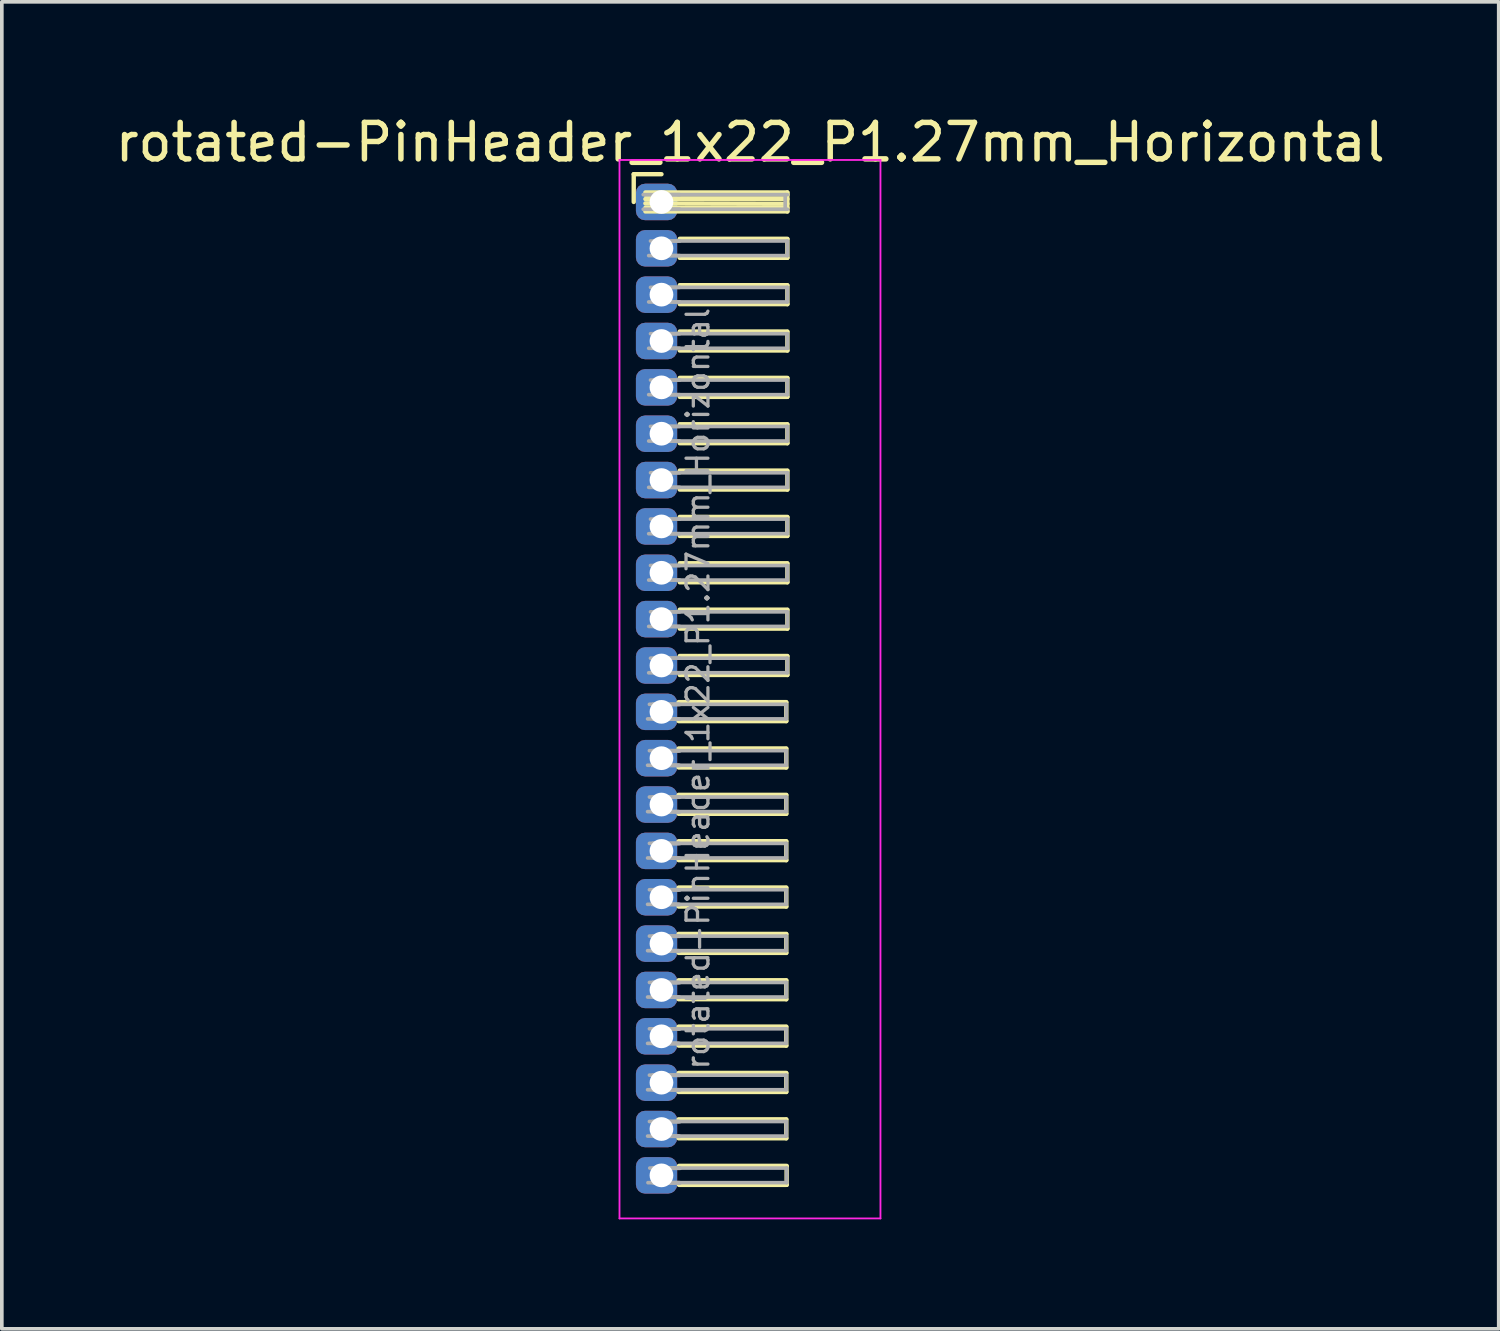
<source format=kicad_pcb>
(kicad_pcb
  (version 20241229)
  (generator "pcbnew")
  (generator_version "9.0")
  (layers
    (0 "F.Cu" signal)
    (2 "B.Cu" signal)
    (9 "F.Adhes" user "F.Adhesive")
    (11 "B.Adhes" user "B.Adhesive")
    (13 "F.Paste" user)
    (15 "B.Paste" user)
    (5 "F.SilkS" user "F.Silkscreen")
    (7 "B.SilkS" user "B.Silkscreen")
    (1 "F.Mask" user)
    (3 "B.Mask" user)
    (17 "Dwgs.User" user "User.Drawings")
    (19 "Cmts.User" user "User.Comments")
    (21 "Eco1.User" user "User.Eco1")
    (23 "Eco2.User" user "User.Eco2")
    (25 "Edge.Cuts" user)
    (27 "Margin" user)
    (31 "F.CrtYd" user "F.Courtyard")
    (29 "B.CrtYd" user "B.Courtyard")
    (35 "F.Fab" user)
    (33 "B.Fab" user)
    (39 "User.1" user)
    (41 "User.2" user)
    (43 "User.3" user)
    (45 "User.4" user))
  (footprint "rotated-PinHeader_1x22_P1.27mm_Horizontal"
    (layer "F.Cu")
    (at 15.073 2.483)
    (property "Reference" "rotated-PinHeader_1x22_P1.27mm_Horizontal" (at 2.433 -1.635 0) (layer "F.SilkS") (effects (font (size 1 1) (thickness 0.15))))
    (attr through_hole)
    (fp_line (start -0.76 -0.76) (end 0 -0.76) (stroke (width 0.12) (type solid)) (layer "F.SilkS"))
    (fp_line (start -0.76 0) (end -0.76 -0.76) (stroke (width 0.12) (type solid)) (layer "F.SilkS"))
    (fp_line (start -0.44 -0.26) (end 3.45 -0.26) (stroke (width 0.12) (type solid)) (layer "F.SilkS"))
    (fp_line (start -0.44 -0.2) (end 3.45 -0.2) (stroke (width 0.12) (type solid)) (layer "F.SilkS"))
    (fp_line (start -0.44 -0.08) (end 3.45 -0.08) (stroke (width 0.12) (type solid)) (layer "F.SilkS"))
    (fp_line (start -0.44 0.04) (end 3.45 0.05) (stroke (width 0.12) (type solid)) (layer "F.SilkS"))
    (fp_line (start -0.44 0.16) (end 3.45 0.16) (stroke (width 0.12) (type solid)) (layer "F.SilkS"))
    (fp_line (start 0.47 13.704) (end 3.42 13.704) (stroke (width 0.12) (type solid)) (layer "F.SilkS"))
    (fp_line (start 0.47 14.974) (end 3.42 14.974) (stroke (width 0.12) (type solid)) (layer "F.SilkS"))
    (fp_line (start 0.47 16.244) (end 3.42 16.244) (stroke (width 0.12) (type solid)) (layer "F.SilkS"))
    (fp_line (start 0.47 17.514) (end 3.42 17.514) (stroke (width 0.12) (type solid)) (layer "F.SilkS"))
    (fp_line (start 0.47 18.784) (end 3.42 18.784) (stroke (width 0.12) (type solid)) (layer "F.SilkS"))
    (fp_line (start 0.47 20.054) (end 3.42 20.054) (stroke (width 0.12) (type solid)) (layer "F.SilkS"))
    (fp_line (start 0.47 21.324) (end 3.42 21.324) (stroke (width 0.12) (type solid)) (layer "F.SilkS"))
    (fp_line (start 0.47 22.594) (end 3.42 22.594) (stroke (width 0.12) (type solid)) (layer "F.SilkS"))
    (fp_line (start 0.47 23.864) (end 3.42 23.864) (stroke (width 0.12) (type solid)) (layer "F.SilkS"))
    (fp_line (start 0.47 25.134) (end 3.42 25.134) (stroke (width 0.12) (type solid)) (layer "F.SilkS"))
    (fp_line (start 0.48 26.41) (end 3.43 26.41) (stroke (width 0.12) (type solid)) (layer "F.SilkS"))
    (fp_line (start 0.5 1.01) (end 3.45 1.01) (stroke (width 0.12) (type solid)) (layer "F.SilkS"))
    (fp_line (start 0.5 2.28) (end 3.45 2.28) (stroke (width 0.12) (type solid)) (layer "F.SilkS"))
    (fp_line (start 0.5 3.55) (end 3.45 3.55) (stroke (width 0.12) (type solid)) (layer "F.SilkS"))
    (fp_line (start 0.5 4.82) (end 3.45 4.82) (stroke (width 0.12) (type solid)) (layer "F.SilkS"))
    (fp_line (start 0.5 6.09) (end 3.45 6.09) (stroke (width 0.12) (type solid)) (layer "F.SilkS"))
    (fp_line (start 0.5 7.36) (end 3.45 7.36) (stroke (width 0.12) (type solid)) (layer "F.SilkS"))
    (fp_line (start 0.5 8.63) (end 3.45 8.63) (stroke (width 0.12) (type solid)) (layer "F.SilkS"))
    (fp_line (start 0.5 9.9) (end 3.45 9.9) (stroke (width 0.12) (type solid)) (layer "F.SilkS"))
    (fp_line (start 0.5 11.17) (end 3.45 11.17) (stroke (width 0.12) (type solid)) (layer "F.SilkS"))
    (fp_line (start 0.5 12.44) (end 3.45 12.44) (stroke (width 0.12) (type solid)) (layer "F.SilkS"))
    (fp_line (start 3.42 13.714) (end 3.42 14.224) (stroke (width 0.12) (type solid)) (layer "F.SilkS"))
    (fp_line (start 3.42 14.224) (end 0.47 14.224) (stroke (width 0.12) (type solid)) (layer "F.SilkS"))
    (fp_line (start 3.42 14.984) (end 3.42 15.494) (stroke (width 0.12) (type solid)) (layer "F.SilkS"))
    (fp_line (start 3.42 15.494) (end 0.47 15.494) (stroke (width 0.12) (type solid)) (layer "F.SilkS"))
    (fp_line (start 3.42 16.254) (end 3.42 16.764) (stroke (width 0.12) (type solid)) (layer "F.SilkS"))
    (fp_line (start 3.42 16.764) (end 0.47 16.764) (stroke (width 0.12) (type solid)) (layer "F.SilkS"))
    (fp_line (start 3.42 17.524) (end 3.42 18.034) (stroke (width 0.12) (type solid)) (layer "F.SilkS"))
    (fp_line (start 3.42 18.034) (end 0.47 18.034) (stroke (width 0.12) (type solid)) (layer "F.SilkS"))
    (fp_line (start 3.42 18.794) (end 3.42 19.304) (stroke (width 0.12) (type solid)) (layer "F.SilkS"))
    (fp_line (start 3.42 19.304) (end 0.47 19.304) (stroke (width 0.12) (type solid)) (layer "F.SilkS"))
    (fp_line (start 3.42 20.064) (end 3.42 20.574) (stroke (width 0.12) (type solid)) (layer "F.SilkS"))
    (fp_line (start 3.42 20.574) (end 0.47 20.574) (stroke (width 0.12) (type solid)) (layer "F.SilkS"))
    (fp_line (start 3.42 21.334) (end 3.42 21.844) (stroke (width 0.12) (type solid)) (layer "F.SilkS"))
    (fp_line (start 3.42 21.844) (end 0.47 21.844) (stroke (width 0.12) (type solid)) (layer "F.SilkS"))
    (fp_line (start 3.42 22.604) (end 3.42 23.114) (stroke (width 0.12) (type solid)) (layer "F.SilkS"))
    (fp_line (start 3.42 23.114) (end 0.47 23.114) (stroke (width 0.12) (type solid)) (layer "F.SilkS"))
    (fp_line (start 3.42 23.874) (end 3.42 24.384) (stroke (width 0.12) (type solid)) (layer "F.SilkS"))
    (fp_line (start 3.42 24.384) (end 0.47 24.384) (stroke (width 0.12) (type solid)) (layer "F.SilkS"))
    (fp_line (start 3.42 25.144) (end 3.42 25.654) (stroke (width 0.12) (type solid)) (layer "F.SilkS"))
    (fp_line (start 3.42 25.654) (end 0.47 25.654) (stroke (width 0.12) (type solid)) (layer "F.SilkS"))
    (fp_line (start 3.43 26.42) (end 3.43 26.93) (stroke (width 0.12) (type solid)) (layer "F.SilkS"))
    (fp_line (start 3.43 26.93) (end 0.48 26.93) (stroke (width 0.12) (type solid)) (layer "F.SilkS"))
    (fp_line (start 3.45 -0.26) (end 3.45 0.26) (stroke (width 0.12) (type solid)) (layer "F.SilkS"))
    (fp_line (start 3.45 0.26) (end -0.44 0.26) (stroke (width 0.12) (type solid)) (layer "F.SilkS"))
    (fp_line (start 3.45 1.02) (end 3.45 1.53) (stroke (width 0.12) (type solid)) (layer "F.SilkS"))
    (fp_line (start 3.45 1.53) (end 0.5 1.53) (stroke (width 0.12) (type solid)) (layer "F.SilkS"))
    (fp_line (start 3.45 2.29) (end 3.45 2.8) (stroke (width 0.12) (type solid)) (layer "F.SilkS"))
    (fp_line (start 3.45 2.8) (end 0.5 2.8) (stroke (width 0.12) (type solid)) (layer "F.SilkS"))
    (fp_line (start 3.45 3.56) (end 3.45 4.07) (stroke (width 0.12) (type solid)) (layer "F.SilkS"))
    (fp_line (start 3.45 4.07) (end 0.5 4.07) (stroke (width 0.12) (type solid)) (layer "F.SilkS"))
    (fp_line (start 3.45 4.83) (end 3.45 5.34) (stroke (width 0.12) (type solid)) (layer "F.SilkS"))
    (fp_line (start 3.45 5.34) (end 0.5 5.34) (stroke (width 0.12) (type solid)) (layer "F.SilkS"))
    (fp_line (start 3.45 6.1) (end 3.45 6.61) (stroke (width 0.12) (type solid)) (layer "F.SilkS"))
    (fp_line (start 3.45 6.61) (end 0.5 6.61) (stroke (width 0.12) (type solid)) (layer "F.SilkS"))
    (fp_line (start 3.45 7.37) (end 3.45 7.88) (stroke (width 0.12) (type solid)) (layer "F.SilkS"))
    (fp_line (start 3.45 7.88) (end 0.5 7.88) (stroke (width 0.12) (type solid)) (layer "F.SilkS"))
    (fp_line (start 3.45 8.64) (end 3.45 9.15) (stroke (width 0.12) (type solid)) (layer "F.SilkS"))
    (fp_line (start 3.45 9.15) (end 0.5 9.15) (stroke (width 0.12) (type solid)) (layer "F.SilkS"))
    (fp_line (start 3.45 9.91) (end 3.45 10.42) (stroke (width 0.12) (type solid)) (layer "F.SilkS"))
    (fp_line (start 3.45 10.42) (end 0.5 10.42) (stroke (width 0.12) (type solid)) (layer "F.SilkS"))
    (fp_line (start 3.45 11.18) (end 3.45 11.69) (stroke (width 0.12) (type solid)) (layer "F.SilkS"))
    (fp_line (start 3.45 11.69) (end 0.5 11.69) (stroke (width 0.12) (type solid)) (layer "F.SilkS"))
    (fp_line (start 3.45 12.45) (end 3.45 12.96) (stroke (width 0.12) (type solid)) (layer "F.SilkS"))
    (fp_line (start 3.45 12.96) (end 0.5 12.96) (stroke (width 0.12) (type solid)) (layer "F.SilkS"))
    (fp_rect (start -0.2 -0.2) (end 0.2 0.2) (stroke (width 0.001) (type solid)) (fill no) (layer "Cmts.User"))
    (fp_line (start -1.15 -1.15) (end -1.15 27.85) (stroke (width 0.05) (type solid)) (layer "F.CrtYd"))
    (fp_line (start -1.15 27.85) (end 6 27.85) (stroke (width 0.05) (type solid)) (layer "F.CrtYd"))
    (fp_line (start 6 -1.15) (end -1.15 -1.15) (stroke (width 0.05) (type solid)) (layer "F.CrtYd"))
    (fp_line (start 6 27.85) (end 6 -1.15) (stroke (width 0.05) (type solid)) (layer "F.CrtYd"))
    (fp_line (start -0.5 -0.2) (end 3.45 -0.2) (stroke (width 0.1) (type solid)) (layer "F.Fab"))
    (fp_line (start -0.5 0.2) (end 3.45 0.2) (stroke (width 0.1) (type solid)) (layer "F.Fab"))
    (fp_line (start -0.38 14.164) (end 3.42 14.164) (stroke (width 0.1) (type solid)) (layer "F.Fab"))
    (fp_line (start -0.38 15.434) (end 3.42 15.434) (stroke (width 0.1) (type solid)) (layer "F.Fab"))
    (fp_line (start -0.38 16.704) (end 3.42 16.704) (stroke (width 0.1) (type solid)) (layer "F.Fab"))
    (fp_line (start -0.38 17.974) (end 3.42 17.974) (stroke (width 0.1) (type solid)) (layer "F.Fab"))
    (fp_line (start -0.38 19.244) (end 3.42 19.244) (stroke (width 0.1) (type solid)) (layer "F.Fab"))
    (fp_line (start -0.38 20.514) (end 3.42 20.514) (stroke (width 0.1) (type solid)) (layer "F.Fab"))
    (fp_line (start -0.38 21.784) (end 3.42 21.784) (stroke (width 0.1) (type solid)) (layer "F.Fab"))
    (fp_line (start -0.38 23.054) (end 3.42 23.054) (stroke (width 0.1) (type solid)) (layer "F.Fab"))
    (fp_line (start -0.38 24.324) (end 3.42 24.324) (stroke (width 0.1) (type solid)) (layer "F.Fab"))
    (fp_line (start -0.38 25.594) (end 3.42 25.594) (stroke (width 0.1) (type solid)) (layer "F.Fab"))
    (fp_line (start -0.37 26.87) (end 3.43 26.87) (stroke (width 0.1) (type solid)) (layer "F.Fab"))
    (fp_line (start -0.35 1.47) (end 3.45 1.47) (stroke (width 0.1) (type solid)) (layer "F.Fab"))
    (fp_line (start -0.35 2.74) (end 3.45 2.74) (stroke (width 0.1) (type solid)) (layer "F.Fab"))
    (fp_line (start -0.35 4.01) (end 3.45 4.01) (stroke (width 0.1) (type solid)) (layer "F.Fab"))
    (fp_line (start -0.35 5.28) (end 3.45 5.28) (stroke (width 0.1) (type solid)) (layer "F.Fab"))
    (fp_line (start -0.35 6.55) (end 3.45 6.55) (stroke (width 0.1) (type solid)) (layer "F.Fab"))
    (fp_line (start -0.35 7.82) (end 3.45 7.82) (stroke (width 0.1) (type solid)) (layer "F.Fab"))
    (fp_line (start -0.35 9.09) (end 3.45 9.09) (stroke (width 0.1) (type solid)) (layer "F.Fab"))
    (fp_line (start -0.35 10.36) (end 3.45 10.36) (stroke (width 0.1) (type solid)) (layer "F.Fab"))
    (fp_line (start -0.35 11.63) (end 3.45 11.63) (stroke (width 0.1) (type solid)) (layer "F.Fab"))
    (fp_line (start -0.35 12.9) (end 3.45 12.9) (stroke (width 0.1) (type solid)) (layer "F.Fab"))
    (fp_line (start -0.33 13.764) (end 3.42 13.764) (stroke (width 0.1) (type solid)) (layer "F.Fab"))
    (fp_line (start -0.33 15.034) (end 3.42 15.034) (stroke (width 0.1) (type solid)) (layer "F.Fab"))
    (fp_line (start -0.33 16.304) (end 3.42 16.304) (stroke (width 0.1) (type solid)) (layer "F.Fab"))
    (fp_line (start -0.33 17.574) (end 3.42 17.574) (stroke (width 0.1) (type solid)) (layer "F.Fab"))
    (fp_line (start -0.33 18.844) (end 3.42 18.844) (stroke (width 0.1) (type solid)) (layer "F.Fab"))
    (fp_line (start -0.33 20.114) (end 3.42 20.114) (stroke (width 0.1) (type solid)) (layer "F.Fab"))
    (fp_line (start -0.33 21.384) (end 3.42 21.384) (stroke (width 0.1) (type solid)) (layer "F.Fab"))
    (fp_line (start -0.33 22.654) (end 3.42 22.654) (stroke (width 0.1) (type solid)) (layer "F.Fab"))
    (fp_line (start -0.33 23.924) (end 3.42 23.924) (stroke (width 0.1) (type solid)) (layer "F.Fab"))
    (fp_line (start -0.33 25.194) (end 3.42 25.194) (stroke (width 0.1) (type solid)) (layer "F.Fab"))
    (fp_line (start -0.32 26.47) (end 3.43 26.47) (stroke (width 0.1) (type solid)) (layer "F.Fab"))
    (fp_line (start -0.3 1.07) (end 3.45 1.07) (stroke (width 0.1) (type solid)) (layer "F.Fab"))
    (fp_line (start -0.3 2.34) (end 3.45 2.34) (stroke (width 0.1) (type solid)) (layer "F.Fab"))
    (fp_line (start -0.3 3.61) (end 3.45 3.61) (stroke (width 0.1) (type solid)) (layer "F.Fab"))
    (fp_line (start -0.3 4.88) (end 3.45 4.88) (stroke (width 0.1) (type solid)) (layer "F.Fab"))
    (fp_line (start -0.3 6.15) (end 3.45 6.15) (stroke (width 0.1) (type solid)) (layer "F.Fab"))
    (fp_line (start -0.3 7.42) (end 3.45 7.42) (stroke (width 0.1) (type solid)) (layer "F.Fab"))
    (fp_line (start -0.3 8.69) (end 3.45 8.69) (stroke (width 0.1) (type solid)) (layer "F.Fab"))
    (fp_line (start -0.3 9.96) (end 3.45 9.96) (stroke (width 0.1) (type solid)) (layer "F.Fab"))
    (fp_line (start -0.3 11.23) (end 3.45 11.23) (stroke (width 0.1) (type solid)) (layer "F.Fab"))
    (fp_line (start -0.3 12.5) (end 3.45 12.5) (stroke (width 0.1) (type solid)) (layer "F.Fab"))
    (fp_line (start -0.23 13.764) (end -0.23 14.164) (stroke (width 0.1) (type solid)) (layer "F.Fab"))
    (fp_line (start -0.23 13.764) (end 0.47 13.764) (stroke (width 0.1) (type solid)) (layer "F.Fab"))
    (fp_line (start -0.23 14.164) (end 0.47 14.164) (stroke (width 0.1) (type solid)) (layer "F.Fab"))
    (fp_line (start -0.23 15.034) (end -0.23 15.434) (stroke (width 0.1) (type solid)) (layer "F.Fab"))
    (fp_line (start -0.23 15.034) (end 0.47 15.034) (stroke (width 0.1) (type solid)) (layer "F.Fab"))
    (fp_line (start -0.23 15.434) (end 0.47 15.434) (stroke (width 0.1) (type solid)) (layer "F.Fab"))
    (fp_line (start -0.23 16.304) (end -0.23 16.704) (stroke (width 0.1) (type solid)) (layer "F.Fab"))
    (fp_line (start -0.23 16.304) (end 0.47 16.304) (stroke (width 0.1) (type solid)) (layer "F.Fab"))
    (fp_line (start -0.23 16.704) (end 0.47 16.704) (stroke (width 0.1) (type solid)) (layer "F.Fab"))
    (fp_line (start -0.23 17.574) (end -0.23 17.974) (stroke (width 0.1) (type solid)) (layer "F.Fab"))
    (fp_line (start -0.23 17.574) (end 0.47 17.574) (stroke (width 0.1) (type solid)) (layer "F.Fab"))
    (fp_line (start -0.23 17.974) (end 0.47 17.974) (stroke (width 0.1) (type solid)) (layer "F.Fab"))
    (fp_line (start -0.23 18.844) (end -0.23 19.244) (stroke (width 0.1) (type solid)) (layer "F.Fab"))
    (fp_line (start -0.23 18.844) (end 0.47 18.844) (stroke (width 0.1) (type solid)) (layer "F.Fab"))
    (fp_line (start -0.23 19.244) (end 0.47 19.244) (stroke (width 0.1) (type solid)) (layer "F.Fab"))
    (fp_line (start -0.23 20.114) (end -0.23 20.514) (stroke (width 0.1) (type solid)) (layer "F.Fab"))
    (fp_line (start -0.23 20.114) (end 0.47 20.114) (stroke (width 0.1) (type solid)) (layer "F.Fab"))
    (fp_line (start -0.23 20.514) (end 0.47 20.514) (stroke (width 0.1) (type solid)) (layer "F.Fab"))
    (fp_line (start -0.23 21.384) (end -0.23 21.784) (stroke (width 0.1) (type solid)) (layer "F.Fab"))
    (fp_line (start -0.23 21.384) (end 0.47 21.384) (stroke (width 0.1) (type solid)) (layer "F.Fab"))
    (fp_line (start -0.23 21.784) (end 0.47 21.784) (stroke (width 0.1) (type solid)) (layer "F.Fab"))
    (fp_line (start -0.23 22.654) (end -0.23 23.054) (stroke (width 0.1) (type solid)) (layer "F.Fab"))
    (fp_line (start -0.23 22.654) (end 0.47 22.654) (stroke (width 0.1) (type solid)) (layer "F.Fab"))
    (fp_line (start -0.23 23.054) (end 0.47 23.054) (stroke (width 0.1) (type solid)) (layer "F.Fab"))
    (fp_line (start -0.23 23.924) (end -0.23 24.324) (stroke (width 0.1) (type solid)) (layer "F.Fab"))
    (fp_line (start -0.23 23.924) (end 0.47 23.924) (stroke (width 0.1) (type solid)) (layer "F.Fab"))
    (fp_line (start -0.23 24.324) (end 0.47 24.324) (stroke (width 0.1) (type solid)) (layer "F.Fab"))
    (fp_line (start -0.23 25.194) (end -0.23 25.594) (stroke (width 0.1) (type solid)) (layer "F.Fab"))
    (fp_line (start -0.23 25.194) (end 0.47 25.194) (stroke (width 0.1) (type solid)) (layer "F.Fab"))
    (fp_line (start -0.23 25.594) (end 0.47 25.594) (stroke (width 0.1) (type solid)) (layer "F.Fab"))
    (fp_line (start -0.23 26.464) (end -0.23 26.864) (stroke (width 0.1) (type solid)) (layer "F.Fab"))
    (fp_line (start -0.23 26.464) (end 0.47 26.464) (stroke (width 0.1) (type solid)) (layer "F.Fab"))
    (fp_line (start -0.22 26.47) (end -0.22 26.87) (stroke (width 0.1) (type solid)) (layer "F.Fab"))
    (fp_line (start -0.22 26.47) (end 0.48 26.47) (stroke (width 0.1) (type solid)) (layer "F.Fab"))
    (fp_line (start -0.22 26.87) (end 0.48 26.87) (stroke (width 0.1) (type solid)) (layer "F.Fab"))
    (fp_line (start -0.2 -0.2) (end -0.2 0.2) (stroke (width 0.1) (type solid)) (layer "F.Fab"))
    (fp_line (start -0.2 -0.2) (end 0.5 -0.2) (stroke (width 0.1) (type solid)) (layer "F.Fab"))
    (fp_line (start -0.2 0.2) (end 0.5 0.2) (stroke (width 0.1) (type solid)) (layer "F.Fab"))
    (fp_line (start -0.2 1.07) (end -0.2 1.47) (stroke (width 0.1) (type solid)) (layer "F.Fab"))
    (fp_line (start -0.2 1.07) (end 0.5 1.07) (stroke (width 0.1) (type solid)) (layer "F.Fab"))
    (fp_line (start -0.2 1.47) (end 0.5 1.47) (stroke (width 0.1) (type solid)) (layer "F.Fab"))
    (fp_line (start -0.2 2.34) (end -0.2 2.74) (stroke (width 0.1) (type solid)) (layer "F.Fab"))
    (fp_line (start -0.2 2.34) (end 0.5 2.34) (stroke (width 0.1) (type solid)) (layer "F.Fab"))
    (fp_line (start -0.2 2.74) (end 0.5 2.74) (stroke (width 0.1) (type solid)) (layer "F.Fab"))
    (fp_line (start -0.2 3.61) (end -0.2 4.01) (stroke (width 0.1) (type solid)) (layer "F.Fab"))
    (fp_line (start -0.2 3.61) (end 0.5 3.61) (stroke (width 0.1) (type solid)) (layer "F.Fab"))
    (fp_line (start -0.2 4.01) (end 0.5 4.01) (stroke (width 0.1) (type solid)) (layer "F.Fab"))
    (fp_line (start -0.2 4.88) (end -0.2 5.28) (stroke (width 0.1) (type solid)) (layer "F.Fab"))
    (fp_line (start -0.2 4.88) (end 0.5 4.88) (stroke (width 0.1) (type solid)) (layer "F.Fab"))
    (fp_line (start -0.2 5.28) (end 0.5 5.28) (stroke (width 0.1) (type solid)) (layer "F.Fab"))
    (fp_line (start -0.2 6.15) (end -0.2 6.55) (stroke (width 0.1) (type solid)) (layer "F.Fab"))
    (fp_line (start -0.2 6.15) (end 0.5 6.15) (stroke (width 0.1) (type solid)) (layer "F.Fab"))
    (fp_line (start -0.2 6.55) (end 0.5 6.55) (stroke (width 0.1) (type solid)) (layer "F.Fab"))
    (fp_line (start -0.2 7.42) (end -0.2 7.82) (stroke (width 0.1) (type solid)) (layer "F.Fab"))
    (fp_line (start -0.2 7.42) (end 0.5 7.42) (stroke (width 0.1) (type solid)) (layer "F.Fab"))
    (fp_line (start -0.2 7.82) (end 0.5 7.82) (stroke (width 0.1) (type solid)) (layer "F.Fab"))
    (fp_line (start -0.2 8.69) (end -0.2 9.09) (stroke (width 0.1) (type solid)) (layer "F.Fab"))
    (fp_line (start -0.2 8.69) (end 0.5 8.69) (stroke (width 0.1) (type solid)) (layer "F.Fab"))
    (fp_line (start -0.2 9.09) (end 0.5 9.09) (stroke (width 0.1) (type solid)) (layer "F.Fab"))
    (fp_line (start -0.2 9.96) (end -0.2 10.36) (stroke (width 0.1) (type solid)) (layer "F.Fab"))
    (fp_line (start -0.2 9.96) (end 0.5 9.96) (stroke (width 0.1) (type solid)) (layer "F.Fab"))
    (fp_line (start -0.2 10.36) (end 0.5 10.36) (stroke (width 0.1) (type solid)) (layer "F.Fab"))
    (fp_line (start -0.2 11.23) (end -0.2 11.63) (stroke (width 0.1) (type solid)) (layer "F.Fab"))
    (fp_line (start -0.2 11.23) (end 0.5 11.23) (stroke (width 0.1) (type solid)) (layer "F.Fab"))
    (fp_line (start -0.2 11.63) (end 0.5 11.63) (stroke (width 0.1) (type solid)) (layer "F.Fab"))
    (fp_line (start -0.2 12.5) (end -0.2 12.9) (stroke (width 0.1) (type solid)) (layer "F.Fab"))
    (fp_line (start -0.2 12.5) (end 0.5 12.5) (stroke (width 0.1) (type solid)) (layer "F.Fab"))
    (fp_line (start -0.2 12.9) (end 0.5 12.9) (stroke (width 0.1) (type solid)) (layer "F.Fab"))
    (fp_line (start -0.2 13.77) (end -0.2 14.17) (stroke (width 0.1) (type solid)) (layer "F.Fab"))
    (fp_line (start -0.2 13.77) (end 0.5 13.77) (stroke (width 0.1) (type solid)) (layer "F.Fab"))
    (fp_line (start -0.2 14.17) (end 0.5 14.17) (stroke (width 0.1) (type solid)) (layer "F.Fab"))
    (fp_line (start -0.2 15.04) (end -0.2 15.44) (stroke (width 0.1) (type solid)) (layer "F.Fab"))
    (fp_line (start -0.2 15.04) (end 0.5 15.04) (stroke (width 0.1) (type solid)) (layer "F.Fab"))
    (fp_line (start -0.2 15.44) (end 0.5 15.44) (stroke (width 0.1) (type solid)) (layer "F.Fab"))
    (fp_line (start -0.2 16.31) (end -0.2 16.71) (stroke (width 0.1) (type solid)) (layer "F.Fab"))
    (fp_line (start -0.2 16.31) (end 0.5 16.31) (stroke (width 0.1) (type solid)) (layer "F.Fab"))
    (fp_line (start -0.2 16.71) (end 0.5 16.71) (stroke (width 0.1) (type solid)) (layer "F.Fab"))
    (fp_line (start -0.2 17.58) (end -0.2 17.98) (stroke (width 0.1) (type solid)) (layer "F.Fab"))
    (fp_line (start -0.2 17.58) (end 0.5 17.58) (stroke (width 0.1) (type solid)) (layer "F.Fab"))
    (fp_line (start -0.2 17.98) (end 0.5 17.98) (stroke (width 0.1) (type solid)) (layer "F.Fab"))
    (fp_line (start -0.2 18.85) (end -0.2 19.25) (stroke (width 0.1) (type solid)) (layer "F.Fab"))
    (fp_line (start -0.2 18.85) (end 0.5 18.85) (stroke (width 0.1) (type solid)) (layer "F.Fab"))
    (fp_line (start -0.2 19.25) (end 0.5 19.25) (stroke (width 0.1) (type solid)) (layer "F.Fab"))
    (fp_line (start -0.2 20.12) (end -0.2 20.52) (stroke (width 0.1) (type solid)) (layer "F.Fab"))
    (fp_line (start -0.2 20.12) (end 0.5 20.12) (stroke (width 0.1) (type solid)) (layer "F.Fab"))
    (fp_line (start -0.2 20.52) (end 0.5 20.52) (stroke (width 0.1) (type solid)) (layer "F.Fab"))
    (fp_line (start -0.2 21.39) (end -0.2 21.79) (stroke (width 0.1) (type solid)) (layer "F.Fab"))
    (fp_line (start -0.2 21.39) (end 0.5 21.39) (stroke (width 0.1) (type solid)) (layer "F.Fab"))
    (fp_line (start -0.2 21.79) (end 0.5 21.79) (stroke (width 0.1) (type solid)) (layer "F.Fab"))
    (fp_line (start -0.2 22.66) (end -0.2 23.06) (stroke (width 0.1) (type solid)) (layer "F.Fab"))
    (fp_line (start -0.2 22.66) (end 0.5 22.66) (stroke (width 0.1) (type solid)) (layer "F.Fab"))
    (fp_line (start -0.2 23.06) (end 0.5 23.06) (stroke (width 0.1) (type solid)) (layer "F.Fab"))
    (fp_line (start -0.2 23.93) (end -0.2 24.33) (stroke (width 0.1) (type solid)) (layer "F.Fab"))
    (fp_line (start -0.2 23.93) (end 0.5 23.93) (stroke (width 0.1) (type solid)) (layer "F.Fab"))
    (fp_line (start -0.2 24.33) (end 0.5 24.33) (stroke (width 0.1) (type solid)) (layer "F.Fab"))
    (fp_line (start -0.2 25.2) (end -0.2 25.6) (stroke (width 0.1) (type solid)) (layer "F.Fab"))
    (fp_line (start -0.2 25.2) (end 0.5 25.2) (stroke (width 0.1) (type solid)) (layer "F.Fab"))
    (fp_line (start -0.2 25.6) (end 0.5 25.6) (stroke (width 0.1) (type solid)) (layer "F.Fab"))
    (fp_line (start -0.2 26.47) (end -0.2 26.87) (stroke (width 0.1) (type solid)) (layer "F.Fab"))
    (fp_line (start -0.2 26.47) (end 0.5 26.47) (stroke (width 0.1) (type solid)) (layer "F.Fab"))
    (fp_line (start -0.2 26.87) (end 0.5 26.87) (stroke (width 0.1) (type solid)) (layer "F.Fab"))
    (fp_line (start -0.19 26.476) (end -0.19 26.876) (stroke (width 0.1) (type solid)) (layer "F.Fab"))
    (fp_line (start -0.19 26.476) (end 0.51 26.476) (stroke (width 0.1) (type solid)) (layer "F.Fab"))
    (fp_line (start -0.19 26.876) (end 0.51 26.876) (stroke (width 0.1) (type solid)) (layer "F.Fab"))
    (fp_line (start 3.39 -0.2) (end 3.39 0.2) (stroke (width 0.1) (type solid)) (layer "F.Fab"))
    (fp_line (start 3.42 13.764) (end 3.42 14.164) (stroke (width 0.1) (type solid)) (layer "F.Fab"))
    (fp_line (start 3.42 15.034) (end 3.42 15.434) (stroke (width 0.1) (type solid)) (layer "F.Fab"))
    (fp_line (start 3.42 16.304) (end 3.42 16.704) (stroke (width 0.1) (type solid)) (layer "F.Fab"))
    (fp_line (start 3.42 17.574) (end 3.42 17.974) (stroke (width 0.1) (type solid)) (layer "F.Fab"))
    (fp_line (start 3.42 18.844) (end 3.42 19.244) (stroke (width 0.1) (type solid)) (layer "F.Fab"))
    (fp_line (start 3.42 20.114) (end 3.42 20.514) (stroke (width 0.1) (type solid)) (layer "F.Fab"))
    (fp_line (start 3.42 21.384) (end 3.42 21.784) (stroke (width 0.1) (type solid)) (layer "F.Fab"))
    (fp_line (start 3.42 22.654) (end 3.42 23.054) (stroke (width 0.1) (type solid)) (layer "F.Fab"))
    (fp_line (start 3.42 23.924) (end 3.42 24.324) (stroke (width 0.1) (type solid)) (layer "F.Fab"))
    (fp_line (start 3.42 25.194) (end 3.42 25.594) (stroke (width 0.1) (type solid)) (layer "F.Fab"))
    (fp_line (start 3.43 26.47) (end 3.43 26.87) (stroke (width 0.1) (type solid)) (layer "F.Fab"))
    (fp_line (start 3.45 1.07) (end 3.45 1.47) (stroke (width 0.1) (type solid)) (layer "F.Fab"))
    (fp_line (start 3.45 2.34) (end 3.45 2.74) (stroke (width 0.1) (type solid)) (layer "F.Fab"))
    (fp_line (start 3.45 3.61) (end 3.45 4.01) (stroke (width 0.1) (type solid)) (layer "F.Fab"))
    (fp_line (start 3.45 4.88) (end 3.45 5.28) (stroke (width 0.1) (type solid)) (layer "F.Fab"))
    (fp_line (start 3.45 6.15) (end 3.45 6.55) (stroke (width 0.1) (type solid)) (layer "F.Fab"))
    (fp_line (start 3.45 7.42) (end 3.45 7.82) (stroke (width 0.1) (type solid)) (layer "F.Fab"))
    (fp_line (start 3.45 8.69) (end 3.45 9.09) (stroke (width 0.1) (type solid)) (layer "F.Fab"))
    (fp_line (start 3.45 9.96) (end 3.45 10.36) (stroke (width 0.1) (type solid)) (layer "F.Fab"))
    (fp_line (start 3.45 11.23) (end 3.45 11.63) (stroke (width 0.1) (type solid)) (layer "F.Fab"))
    (fp_line (start 3.45 12.5) (end 3.45 12.9) (stroke (width 0.1) (type solid)) (layer "F.Fab"))
    (fp_text user "${REFERENCE}" (at 1 13.335 90) (layer "F.Fab") (effects (font (size 0.6 0.6) (thickness 0.09))))
    (pad "1" thru_hole roundrect (at 0 0) (size 1.13 1) (drill 0.65 (offset -0.135 0)) (layers "*.Cu" "*.Mask") (roundrect_rratio 0.25))
    (pad "2" thru_hole roundrect (at 0 1.27) (size 1.13 1) (drill 0.65 (offset -0.135 0)) (layers "*.Cu" "*.Mask") (roundrect_rratio 0.25))
    (pad "3" thru_hole roundrect (at 0 2.54) (size 1.13 1) (drill 0.65 (offset -0.135 0)) (layers "*.Cu" "*.Mask") (roundrect_rratio 0.25))
    (pad "4" thru_hole roundrect (at 0 3.81) (size 1.13 1) (drill 0.65 (offset -0.135 0)) (layers "*.Cu" "*.Mask") (roundrect_rratio 0.25))
    (pad "5" thru_hole roundrect (at 0 5.08) (size 1.13 1) (drill 0.65 (offset -0.135 0)) (layers "*.Cu" "*.Mask") (roundrect_rratio 0.25))
    (pad "6" thru_hole roundrect (at 0 6.35) (size 1.13 1) (drill 0.65 (offset -0.135 0)) (layers "*.Cu" "*.Mask") (roundrect_rratio 0.25))
    (pad "7" thru_hole roundrect (at 0 7.62) (size 1.13 1) (drill 0.65 (offset -0.135 0)) (layers "*.Cu" "*.Mask") (roundrect_rratio 0.25))
    (pad "8" thru_hole roundrect (at 0 8.89) (size 1.13 1) (drill 0.65 (offset -0.135 0)) (layers "*.Cu" "*.Mask") (roundrect_rratio 0.25))
    (pad "9" thru_hole roundrect (at 0 10.16) (size 1.13 1) (drill 0.65 (offset -0.135 0)) (layers "*.Cu" "*.Mask") (roundrect_rratio 0.25))
    (pad "10" thru_hole roundrect (at 0 11.43) (size 1.13 1) (drill 0.65 (offset -0.135 0)) (layers "*.Cu" "*.Mask") (roundrect_rratio 0.25))
    (pad "11" thru_hole roundrect (at 0 12.7) (size 1.13 1) (drill 0.65 (offset -0.135 0)) (layers "*.Cu" "*.Mask") (roundrect_rratio 0.25))
    (pad "12" thru_hole roundrect (at 0 13.97) (size 1.13 1) (drill 0.65 (offset -0.135 0)) (layers "*.Cu" "*.Mask") (roundrect_rratio 0.25))
    (pad "13" thru_hole roundrect (at 0 15.24) (size 1.13 1) (drill 0.65 (offset -0.135 0)) (layers "*.Cu" "*.Mask") (roundrect_rratio 0.25))
    (pad "14" thru_hole roundrect (at 0 16.51) (size 1.13 1) (drill 0.65 (offset -0.135 0)) (layers "*.Cu" "*.Mask") (roundrect_rratio 0.25))
    (pad "15" thru_hole roundrect (at 0 17.78) (size 1.13 1) (drill 0.65 (offset -0.135 0)) (layers "*.Cu" "*.Mask") (roundrect_rratio 0.25))
    (pad "16" thru_hole roundrect (at 0 19.05) (size 1.13 1) (drill 0.65 (offset -0.135 0)) (layers "*.Cu" "*.Mask") (roundrect_rratio 0.25))
    (pad "17" thru_hole roundrect (at 0 20.32) (size 1.13 1) (drill 0.65 (offset -0.135 0)) (layers "*.Cu" "*.Mask") (roundrect_rratio 0.25))
    (pad "18" thru_hole roundrect (at 0 21.59) (size 1.13 1) (drill 0.65 (offset -0.135 0)) (layers "*.Cu" "*.Mask") (roundrect_rratio 0.25))
    (pad "19" thru_hole roundrect (at 0 22.86) (size 1.13 1) (drill 0.65 (offset -0.135 0)) (layers "*.Cu" "*.Mask") (roundrect_rratio 0.25))
    (pad "20" thru_hole roundrect (at 0 24.13) (size 1.13 1) (drill 0.65 (offset -0.135 0)) (layers "*.Cu" "*.Mask") (roundrect_rratio 0.25))
    (pad "21" thru_hole roundrect (at 0 25.4) (size 1.13 1) (drill 0.65 (offset -0.135 0)) (layers "*.Cu" "*.Mask") (roundrect_rratio 0.25))
    (pad "22" thru_hole roundrect (at 0 26.67) (size 1.13 1) (drill 0.65 (offset -0.135 0)) (layers "*.Cu" "*.Mask") (roundrect_rratio 0.25)))
  (gr_rect
    (start -3 -3)
    (end 38.012 33.358)
    (stroke (width 0.1) (type default))
    (fill no)
    (layer "Edge.Cuts")))
</source>
